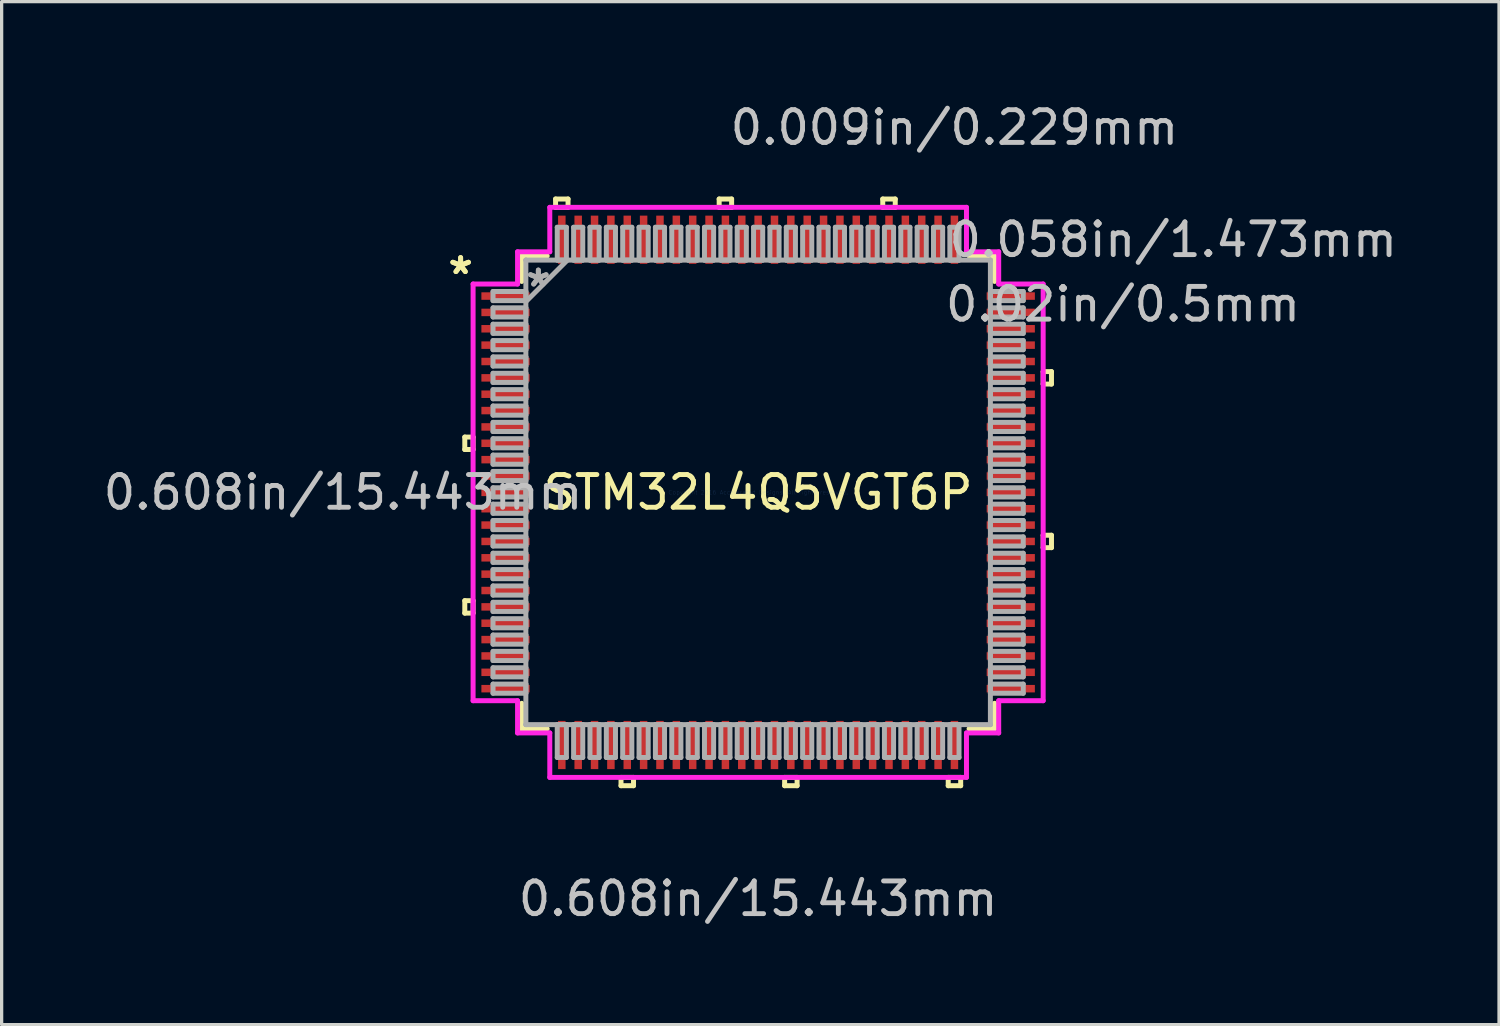
<source format=kicad_pcb>
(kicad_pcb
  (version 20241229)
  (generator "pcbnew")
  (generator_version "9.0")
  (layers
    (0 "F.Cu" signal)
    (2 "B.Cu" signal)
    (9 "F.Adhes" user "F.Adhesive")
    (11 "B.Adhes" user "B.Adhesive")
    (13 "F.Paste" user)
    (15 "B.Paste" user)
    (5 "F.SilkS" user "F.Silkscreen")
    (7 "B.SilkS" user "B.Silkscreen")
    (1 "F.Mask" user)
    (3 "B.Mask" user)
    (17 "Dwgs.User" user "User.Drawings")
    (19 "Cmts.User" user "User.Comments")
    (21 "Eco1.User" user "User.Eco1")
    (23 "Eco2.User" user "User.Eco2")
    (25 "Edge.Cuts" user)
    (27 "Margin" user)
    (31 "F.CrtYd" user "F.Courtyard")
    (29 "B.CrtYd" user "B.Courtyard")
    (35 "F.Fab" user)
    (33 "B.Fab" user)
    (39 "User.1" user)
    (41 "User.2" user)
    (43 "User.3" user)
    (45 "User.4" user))
  (footprint "STM32L4Q5VGT6P"
    (layer "F.Cu")
    (at 20.122 11.999)
    (property "Reference" "STM32L4Q5VGT6P" (at 0 0 0) (layer "F.SilkS") (effects (font (size 1 1) (thickness 0.15))))
    (attr through_hole)
    (fp_line (start -8.966 -1.69) (end -8.966 -1.31) (stroke (width 0.152) (type solid)) (layer "F.SilkS"))
    (fp_line (start -8.966 -1.31) (end -8.712 -1.31) (stroke (width 0.152) (type solid)) (layer "F.SilkS"))
    (fp_line (start -8.966 3.31) (end -8.966 3.691) (stroke (width 0.152) (type solid)) (layer "F.SilkS"))
    (fp_line (start -8.966 3.691) (end -8.712 3.691) (stroke (width 0.152) (type solid)) (layer "F.SilkS"))
    (fp_line (start -8.712 -1.69) (end -8.966 -1.69) (stroke (width 0.152) (type solid)) (layer "F.SilkS"))
    (fp_line (start -8.712 -1.31) (end -8.712 -1.69) (stroke (width 0.152) (type solid)) (layer "F.SilkS"))
    (fp_line (start -8.712 3.31) (end -8.966 3.31) (stroke (width 0.152) (type solid)) (layer "F.SilkS"))
    (fp_line (start -8.712 3.691) (end -8.712 3.31) (stroke (width 0.152) (type solid)) (layer "F.SilkS"))
    (fp_line (start -7.226 -7.226) (end -7.226 -6.447) (stroke (width 0.152) (type solid)) (layer "F.SilkS"))
    (fp_line (start -7.226 6.447) (end -7.226 7.226) (stroke (width 0.152) (type solid)) (layer "F.SilkS"))
    (fp_line (start -7.226 7.226) (end -6.447 7.226) (stroke (width 0.152) (type solid)) (layer "F.SilkS"))
    (fp_line (start -6.447 -7.226) (end -7.226 -7.226) (stroke (width 0.152) (type solid)) (layer "F.SilkS"))
    (fp_line (start -6.191 -8.966) (end -5.81 -8.966) (stroke (width 0.152) (type solid)) (layer "F.SilkS"))
    (fp_line (start -6.191 -8.712) (end -6.191 -8.966) (stroke (width 0.152) (type solid)) (layer "F.SilkS"))
    (fp_line (start -5.81 -8.966) (end -5.81 -8.712) (stroke (width 0.152) (type solid)) (layer "F.SilkS"))
    (fp_line (start -5.81 -8.712) (end -6.191 -8.712) (stroke (width 0.152) (type solid)) (layer "F.SilkS"))
    (fp_line (start -4.191 8.712) (end -4.191 8.966) (stroke (width 0.152) (type solid)) (layer "F.SilkS"))
    (fp_line (start -4.191 8.966) (end -3.809 8.966) (stroke (width 0.152) (type solid)) (layer "F.SilkS"))
    (fp_line (start -3.809 8.712) (end -4.191 8.712) (stroke (width 0.152) (type solid)) (layer "F.SilkS"))
    (fp_line (start -3.809 8.966) (end -3.809 8.712) (stroke (width 0.152) (type solid)) (layer "F.SilkS"))
    (fp_line (start -1.191 -8.966) (end -0.81 -8.966) (stroke (width 0.152) (type solid)) (layer "F.SilkS"))
    (fp_line (start -1.191 -8.712) (end -1.191 -8.966) (stroke (width 0.152) (type solid)) (layer "F.SilkS"))
    (fp_line (start -0.81 -8.966) (end -0.81 -8.712) (stroke (width 0.152) (type solid)) (layer "F.SilkS"))
    (fp_line (start -0.81 -8.712) (end -1.191 -8.712) (stroke (width 0.152) (type solid)) (layer "F.SilkS"))
    (fp_line (start 0.81 8.712) (end 0.81 8.966) (stroke (width 0.152) (type solid)) (layer "F.SilkS"))
    (fp_line (start 0.81 8.966) (end 1.191 8.966) (stroke (width 0.152) (type solid)) (layer "F.SilkS"))
    (fp_line (start 1.191 8.712) (end 0.81 8.712) (stroke (width 0.152) (type solid)) (layer "F.SilkS"))
    (fp_line (start 1.191 8.966) (end 1.191 8.712) (stroke (width 0.152) (type solid)) (layer "F.SilkS"))
    (fp_line (start 3.809 -8.966) (end 4.191 -8.966) (stroke (width 0.152) (type solid)) (layer "F.SilkS"))
    (fp_line (start 3.809 -8.712) (end 3.809 -8.966) (stroke (width 0.152) (type solid)) (layer "F.SilkS"))
    (fp_line (start 4.191 -8.966) (end 4.191 -8.712) (stroke (width 0.152) (type solid)) (layer "F.SilkS"))
    (fp_line (start 4.191 -8.712) (end 3.809 -8.712) (stroke (width 0.152) (type solid)) (layer "F.SilkS"))
    (fp_line (start 5.81 8.712) (end 5.81 8.966) (stroke (width 0.152) (type solid)) (layer "F.SilkS"))
    (fp_line (start 5.81 8.966) (end 6.191 8.966) (stroke (width 0.152) (type solid)) (layer "F.SilkS"))
    (fp_line (start 6.191 8.712) (end 5.81 8.712) (stroke (width 0.152) (type solid)) (layer "F.SilkS"))
    (fp_line (start 6.191 8.966) (end 6.191 8.712) (stroke (width 0.152) (type solid)) (layer "F.SilkS"))
    (fp_line (start 6.447 7.226) (end 7.226 7.226) (stroke (width 0.152) (type solid)) (layer "F.SilkS"))
    (fp_line (start 7.226 -7.226) (end 6.447 -7.226) (stroke (width 0.152) (type solid)) (layer "F.SilkS"))
    (fp_line (start 7.226 -6.447) (end 7.226 -7.226) (stroke (width 0.152) (type solid)) (layer "F.SilkS"))
    (fp_line (start 7.226 7.226) (end 7.226 6.447) (stroke (width 0.152) (type solid)) (layer "F.SilkS"))
    (fp_line (start 8.712 -3.691) (end 8.966 -3.691) (stroke (width 0.152) (type solid)) (layer "F.SilkS"))
    (fp_line (start 8.712 -3.31) (end 8.712 -3.691) (stroke (width 0.152) (type solid)) (layer "F.SilkS"))
    (fp_line (start 8.712 1.31) (end 8.966 1.31) (stroke (width 0.152) (type solid)) (layer "F.SilkS"))
    (fp_line (start 8.712 1.69) (end 8.712 1.31) (stroke (width 0.152) (type solid)) (layer "F.SilkS"))
    (fp_line (start 8.966 -3.691) (end 8.966 -3.31) (stroke (width 0.152) (type solid)) (layer "F.SilkS"))
    (fp_line (start 8.966 -3.31) (end 8.712 -3.31) (stroke (width 0.152) (type solid)) (layer "F.SilkS"))
    (fp_line (start 8.966 1.31) (end 8.966 1.69) (stroke (width 0.152) (type solid)) (layer "F.SilkS"))
    (fp_line (start 8.966 1.69) (end 8.712 1.69) (stroke (width 0.152) (type solid)) (layer "F.SilkS"))
    (fp_line (start -8.712 -6.368) (end -7.353 -6.368) (stroke (width 0.152) (type solid)) (layer "F.CrtYd"))
    (fp_line (start -8.712 6.368) (end -8.712 -6.368) (stroke (width 0.152) (type solid)) (layer "F.CrtYd"))
    (fp_line (start -7.353 -7.353) (end -6.368 -7.353) (stroke (width 0.152) (type solid)) (layer "F.CrtYd"))
    (fp_line (start -7.353 -6.368) (end -7.353 -7.353) (stroke (width 0.152) (type solid)) (layer "F.CrtYd"))
    (fp_line (start -7.353 6.368) (end -8.712 6.368) (stroke (width 0.152) (type solid)) (layer "F.CrtYd"))
    (fp_line (start -7.353 7.353) (end -7.353 6.368) (stroke (width 0.152) (type solid)) (layer "F.CrtYd"))
    (fp_line (start -6.368 -8.712) (end 6.368 -8.712) (stroke (width 0.152) (type solid)) (layer "F.CrtYd"))
    (fp_line (start -6.368 -7.353) (end -6.368 -8.712) (stroke (width 0.152) (type solid)) (layer "F.CrtYd"))
    (fp_line (start -6.368 7.353) (end -7.353 7.353) (stroke (width 0.152) (type solid)) (layer "F.CrtYd"))
    (fp_line (start -6.368 8.712) (end -6.368 7.353) (stroke (width 0.152) (type solid)) (layer "F.CrtYd"))
    (fp_line (start 6.368 -8.712) (end 6.368 -7.353) (stroke (width 0.152) (type solid)) (layer "F.CrtYd"))
    (fp_line (start 6.368 -7.353) (end 7.353 -7.353) (stroke (width 0.152) (type solid)) (layer "F.CrtYd"))
    (fp_line (start 6.368 7.353) (end 6.368 8.712) (stroke (width 0.152) (type solid)) (layer "F.CrtYd"))
    (fp_line (start 6.368 8.712) (end -6.368 8.712) (stroke (width 0.152) (type solid)) (layer "F.CrtYd"))
    (fp_line (start 7.353 -7.353) (end 7.353 -6.368) (stroke (width 0.152) (type solid)) (layer "F.CrtYd"))
    (fp_line (start 7.353 -6.368) (end 8.712 -6.368) (stroke (width 0.152) (type solid)) (layer "F.CrtYd"))
    (fp_line (start 7.353 6.368) (end 7.353 7.353) (stroke (width 0.152) (type solid)) (layer "F.CrtYd"))
    (fp_line (start 7.353 7.353) (end 6.368 7.353) (stroke (width 0.152) (type solid)) (layer "F.CrtYd"))
    (fp_line (start 8.712 -6.368) (end 8.712 6.368) (stroke (width 0.152) (type solid)) (layer "F.CrtYd"))
    (fp_line (start 8.712 6.368) (end 7.353 6.368) (stroke (width 0.152) (type solid)) (layer "F.CrtYd"))
    (fp_line (start -8.103 -6.14) (end -8.103 -5.86) (stroke (width 0.152) (type solid)) (layer "F.Fab"))
    (fp_line (start -8.103 -5.86) (end -7.099 -5.86) (stroke (width 0.152) (type solid)) (layer "F.Fab"))
    (fp_line (start -8.103 -5.64) (end -8.103 -5.36) (stroke (width 0.152) (type solid)) (layer "F.Fab"))
    (fp_line (start -8.103 -5.36) (end -7.099 -5.36) (stroke (width 0.152) (type solid)) (layer "F.Fab"))
    (fp_line (start -8.103 -5.14) (end -8.103 -4.86) (stroke (width 0.152) (type solid)) (layer "F.Fab"))
    (fp_line (start -8.103 -4.86) (end -7.099 -4.86) (stroke (width 0.152) (type solid)) (layer "F.Fab"))
    (fp_line (start -8.103 -4.64) (end -8.103 -4.36) (stroke (width 0.152) (type solid)) (layer "F.Fab"))
    (fp_line (start -8.103 -4.36) (end -7.099 -4.36) (stroke (width 0.152) (type solid)) (layer "F.Fab"))
    (fp_line (start -8.103 -4.14) (end -8.103 -3.86) (stroke (width 0.152) (type solid)) (layer "F.Fab"))
    (fp_line (start -8.103 -3.86) (end -7.099 -3.86) (stroke (width 0.152) (type solid)) (layer "F.Fab"))
    (fp_line (start -8.103 -3.64) (end -8.103 -3.36) (stroke (width 0.152) (type solid)) (layer "F.Fab"))
    (fp_line (start -8.103 -3.36) (end -7.099 -3.36) (stroke (width 0.152) (type solid)) (layer "F.Fab"))
    (fp_line (start -8.103 -3.14) (end -8.103 -2.86) (stroke (width 0.152) (type solid)) (layer "F.Fab"))
    (fp_line (start -8.103 -2.86) (end -7.099 -2.86) (stroke (width 0.152) (type solid)) (layer "F.Fab"))
    (fp_line (start -8.103 -2.64) (end -8.103 -2.36) (stroke (width 0.152) (type solid)) (layer "F.Fab"))
    (fp_line (start -8.103 -2.36) (end -7.099 -2.36) (stroke (width 0.152) (type solid)) (layer "F.Fab"))
    (fp_line (start -8.103 -2.14) (end -8.103 -1.86) (stroke (width 0.152) (type solid)) (layer "F.Fab"))
    (fp_line (start -8.103 -1.86) (end -7.099 -1.86) (stroke (width 0.152) (type solid)) (layer "F.Fab"))
    (fp_line (start -8.103 -1.64) (end -8.103 -1.36) (stroke (width 0.152) (type solid)) (layer "F.Fab"))
    (fp_line (start -8.103 -1.36) (end -7.099 -1.36) (stroke (width 0.152) (type solid)) (layer "F.Fab"))
    (fp_line (start -8.103 -1.14) (end -8.103 -0.86) (stroke (width 0.152) (type solid)) (layer "F.Fab"))
    (fp_line (start -8.103 -0.86) (end -7.099 -0.86) (stroke (width 0.152) (type solid)) (layer "F.Fab"))
    (fp_line (start -8.103 -0.64) (end -8.103 -0.36) (stroke (width 0.152) (type solid)) (layer "F.Fab"))
    (fp_line (start -8.103 -0.36) (end -7.099 -0.36) (stroke (width 0.152) (type solid)) (layer "F.Fab"))
    (fp_line (start -8.103 -0.14) (end -8.103 0.14) (stroke (width 0.152) (type solid)) (layer "F.Fab"))
    (fp_line (start -8.103 0.14) (end -7.099 0.14) (stroke (width 0.152) (type solid)) (layer "F.Fab"))
    (fp_line (start -8.103 0.36) (end -8.103 0.64) (stroke (width 0.152) (type solid)) (layer "F.Fab"))
    (fp_line (start -8.103 0.64) (end -7.099 0.64) (stroke (width 0.152) (type solid)) (layer "F.Fab"))
    (fp_line (start -8.103 0.86) (end -8.103 1.14) (stroke (width 0.152) (type solid)) (layer "F.Fab"))
    (fp_line (start -8.103 1.14) (end -7.099 1.14) (stroke (width 0.152) (type solid)) (layer "F.Fab"))
    (fp_line (start -8.103 1.36) (end -8.103 1.64) (stroke (width 0.152) (type solid)) (layer "F.Fab"))
    (fp_line (start -8.103 1.64) (end -7.099 1.64) (stroke (width 0.152) (type solid)) (layer "F.Fab"))
    (fp_line (start -8.103 1.86) (end -8.103 2.14) (stroke (width 0.152) (type solid)) (layer "F.Fab"))
    (fp_line (start -8.103 2.14) (end -7.099 2.14) (stroke (width 0.152) (type solid)) (layer "F.Fab"))
    (fp_line (start -8.103 2.36) (end -8.103 2.64) (stroke (width 0.152) (type solid)) (layer "F.Fab"))
    (fp_line (start -8.103 2.64) (end -7.099 2.64) (stroke (width 0.152) (type solid)) (layer "F.Fab"))
    (fp_line (start -8.103 2.86) (end -8.103 3.14) (stroke (width 0.152) (type solid)) (layer "F.Fab"))
    (fp_line (start -8.103 3.14) (end -7.099 3.14) (stroke (width 0.152) (type solid)) (layer "F.Fab"))
    (fp_line (start -8.103 3.36) (end -8.103 3.64) (stroke (width 0.152) (type solid)) (layer "F.Fab"))
    (fp_line (start -8.103 3.64) (end -7.099 3.64) (stroke (width 0.152) (type solid)) (layer "F.Fab"))
    (fp_line (start -8.103 3.86) (end -8.103 4.14) (stroke (width 0.152) (type solid)) (layer "F.Fab"))
    (fp_line (start -8.103 4.14) (end -7.099 4.14) (stroke (width 0.152) (type solid)) (layer "F.Fab"))
    (fp_line (start -8.103 4.36) (end -8.103 4.64) (stroke (width 0.152) (type solid)) (layer "F.Fab"))
    (fp_line (start -8.103 4.64) (end -7.099 4.64) (stroke (width 0.152) (type solid)) (layer "F.Fab"))
    (fp_line (start -8.103 4.86) (end -8.103 5.14) (stroke (width 0.152) (type solid)) (layer "F.Fab"))
    (fp_line (start -8.103 5.14) (end -7.099 5.14) (stroke (width 0.152) (type solid)) (layer "F.Fab"))
    (fp_line (start -8.103 5.36) (end -8.103 5.64) (stroke (width 0.152) (type solid)) (layer "F.Fab"))
    (fp_line (start -8.103 5.64) (end -7.099 5.64) (stroke (width 0.152) (type solid)) (layer "F.Fab"))
    (fp_line (start -8.103 5.86) (end -8.103 6.14) (stroke (width 0.152) (type solid)) (layer "F.Fab"))
    (fp_line (start -8.103 6.14) (end -7.099 6.14) (stroke (width 0.152) (type solid)) (layer "F.Fab"))
    (fp_line (start -7.099 -7.099) (end -7.099 -7.099) (stroke (width 0.152) (type solid)) (layer "F.Fab"))
    (fp_line (start -7.099 -7.099) (end -7.099 7.099) (stroke (width 0.152) (type solid)) (layer "F.Fab"))
    (fp_line (start -7.099 -6.14) (end -8.103 -6.14) (stroke (width 0.152) (type solid)) (layer "F.Fab"))
    (fp_line (start -7.099 -5.86) (end -7.099 -6.14) (stroke (width 0.152) (type solid)) (layer "F.Fab"))
    (fp_line (start -7.099 -5.829) (end -5.829 -7.099) (stroke (width 0.152) (type solid)) (layer "F.Fab"))
    (fp_line (start -7.099 -5.64) (end -8.103 -5.64) (stroke (width 0.152) (type solid)) (layer "F.Fab"))
    (fp_line (start -7.099 -5.36) (end -7.099 -5.64) (stroke (width 0.152) (type solid)) (layer "F.Fab"))
    (fp_line (start -7.099 -5.14) (end -8.103 -5.14) (stroke (width 0.152) (type solid)) (layer "F.Fab"))
    (fp_line (start -7.099 -4.86) (end -7.099 -5.14) (stroke (width 0.152) (type solid)) (layer "F.Fab"))
    (fp_line (start -7.099 -4.64) (end -8.103 -4.64) (stroke (width 0.152) (type solid)) (layer "F.Fab"))
    (fp_line (start -7.099 -4.36) (end -7.099 -4.64) (stroke (width 0.152) (type solid)) (layer "F.Fab"))
    (fp_line (start -7.099 -4.14) (end -8.103 -4.14) (stroke (width 0.152) (type solid)) (layer "F.Fab"))
    (fp_line (start -7.099 -3.86) (end -7.099 -4.14) (stroke (width 0.152) (type solid)) (layer "F.Fab"))
    (fp_line (start -7.099 -3.64) (end -8.103 -3.64) (stroke (width 0.152) (type solid)) (layer "F.Fab"))
    (fp_line (start -7.099 -3.36) (end -7.099 -3.64) (stroke (width 0.152) (type solid)) (layer "F.Fab"))
    (fp_line (start -7.099 -3.14) (end -8.103 -3.14) (stroke (width 0.152) (type solid)) (layer "F.Fab"))
    (fp_line (start -7.099 -2.86) (end -7.099 -3.14) (stroke (width 0.152) (type solid)) (layer "F.Fab"))
    (fp_line (start -7.099 -2.64) (end -8.103 -2.64) (stroke (width 0.152) (type solid)) (layer "F.Fab"))
    (fp_line (start -7.099 -2.36) (end -7.099 -2.64) (stroke (width 0.152) (type solid)) (layer "F.Fab"))
    (fp_line (start -7.099 -2.14) (end -8.103 -2.14) (stroke (width 0.152) (type solid)) (layer "F.Fab"))
    (fp_line (start -7.099 -1.86) (end -7.099 -2.14) (stroke (width 0.152) (type solid)) (layer "F.Fab"))
    (fp_line (start -7.099 -1.64) (end -8.103 -1.64) (stroke (width 0.152) (type solid)) (layer "F.Fab"))
    (fp_line (start -7.099 -1.36) (end -7.099 -1.64) (stroke (width 0.152) (type solid)) (layer "F.Fab"))
    (fp_line (start -7.099 -1.14) (end -8.103 -1.14) (stroke (width 0.152) (type solid)) (layer "F.Fab"))
    (fp_line (start -7.099 -0.86) (end -7.099 -1.14) (stroke (width 0.152) (type solid)) (layer "F.Fab"))
    (fp_line (start -7.099 -0.64) (end -8.103 -0.64) (stroke (width 0.152) (type solid)) (layer "F.Fab"))
    (fp_line (start -7.099 -0.36) (end -7.099 -0.64) (stroke (width 0.152) (type solid)) (layer "F.Fab"))
    (fp_line (start -7.099 -0.14) (end -8.103 -0.14) (stroke (width 0.152) (type solid)) (layer "F.Fab"))
    (fp_line (start -7.099 0.14) (end -7.099 -0.14) (stroke (width 0.152) (type solid)) (layer "F.Fab"))
    (fp_line (start -7.099 0.36) (end -8.103 0.36) (stroke (width 0.152) (type solid)) (layer "F.Fab"))
    (fp_line (start -7.099 0.64) (end -7.099 0.36) (stroke (width 0.152) (type solid)) (layer "F.Fab"))
    (fp_line (start -7.099 0.86) (end -8.103 0.86) (stroke (width 0.152) (type solid)) (layer "F.Fab"))
    (fp_line (start -7.099 1.14) (end -7.099 0.86) (stroke (width 0.152) (type solid)) (layer "F.Fab"))
    (fp_line (start -7.099 1.36) (end -8.103 1.36) (stroke (width 0.152) (type solid)) (layer "F.Fab"))
    (fp_line (start -7.099 1.64) (end -7.099 1.36) (stroke (width 0.152) (type solid)) (layer "F.Fab"))
    (fp_line (start -7.099 1.86) (end -8.103 1.86) (stroke (width 0.152) (type solid)) (layer "F.Fab"))
    (fp_line (start -7.099 2.14) (end -7.099 1.86) (stroke (width 0.152) (type solid)) (layer "F.Fab"))
    (fp_line (start -7.099 2.36) (end -8.103 2.36) (stroke (width 0.152) (type solid)) (layer "F.Fab"))
    (fp_line (start -7.099 2.64) (end -7.099 2.36) (stroke (width 0.152) (type solid)) (layer "F.Fab"))
    (fp_line (start -7.099 2.86) (end -8.103 2.86) (stroke (width 0.152) (type solid)) (layer "F.Fab"))
    (fp_line (start -7.099 3.14) (end -7.099 2.86) (stroke (width 0.152) (type solid)) (layer "F.Fab"))
    (fp_line (start -7.099 3.36) (end -8.103 3.36) (stroke (width 0.152) (type solid)) (layer "F.Fab"))
    (fp_line (start -7.099 3.64) (end -7.099 3.36) (stroke (width 0.152) (type solid)) (layer "F.Fab"))
    (fp_line (start -7.099 3.86) (end -8.103 3.86) (stroke (width 0.152) (type solid)) (layer "F.Fab"))
    (fp_line (start -7.099 4.14) (end -7.099 3.86) (stroke (width 0.152) (type solid)) (layer "F.Fab"))
    (fp_line (start -7.099 4.36) (end -8.103 4.36) (stroke (width 0.152) (type solid)) (layer "F.Fab"))
    (fp_line (start -7.099 4.64) (end -7.099 4.36) (stroke (width 0.152) (type solid)) (layer "F.Fab"))
    (fp_line (start -7.099 4.86) (end -8.103 4.86) (stroke (width 0.152) (type solid)) (layer "F.Fab"))
    (fp_line (start -7.099 5.14) (end -7.099 4.86) (stroke (width 0.152) (type solid)) (layer "F.Fab"))
    (fp_line (start -7.099 5.36) (end -8.103 5.36) (stroke (width 0.152) (type solid)) (layer "F.Fab"))
    (fp_line (start -7.099 5.64) (end -7.099 5.36) (stroke (width 0.152) (type solid)) (layer "F.Fab"))
    (fp_line (start -7.099 5.86) (end -8.103 5.86) (stroke (width 0.152) (type solid)) (layer "F.Fab"))
    (fp_line (start -7.099 6.14) (end -7.099 5.86) (stroke (width 0.152) (type solid)) (layer "F.Fab"))
    (fp_line (start -7.099 7.099) (end -7.099 7.099) (stroke (width 0.152) (type solid)) (layer "F.Fab"))
    (fp_line (start -7.099 7.099) (end 7.099 7.099) (stroke (width 0.152) (type solid)) (layer "F.Fab"))
    (fp_line (start -6.14 -8.103) (end -6.14 -7.099) (stroke (width 0.152) (type solid)) (layer "F.Fab"))
    (fp_line (start -6.14 -7.099) (end -5.86 -7.099) (stroke (width 0.152) (type solid)) (layer "F.Fab"))
    (fp_line (start -6.14 7.099) (end -6.14 8.103) (stroke (width 0.152) (type solid)) (layer "F.Fab"))
    (fp_line (start -6.14 8.103) (end -5.86 8.103) (stroke (width 0.152) (type solid)) (layer "F.Fab"))
    (fp_line (start -5.86 -8.103) (end -6.14 -8.103) (stroke (width 0.152) (type solid)) (layer "F.Fab"))
    (fp_line (start -5.86 -7.099) (end -5.86 -8.103) (stroke (width 0.152) (type solid)) (layer "F.Fab"))
    (fp_line (start -5.86 7.099) (end -6.14 7.099) (stroke (width 0.152) (type solid)) (layer "F.Fab"))
    (fp_line (start -5.86 8.103) (end -5.86 7.099) (stroke (width 0.152) (type solid)) (layer "F.Fab"))
    (fp_line (start -5.64 -8.103) (end -5.64 -7.099) (stroke (width 0.152) (type solid)) (layer "F.Fab"))
    (fp_line (start -5.64 -7.099) (end -5.36 -7.099) (stroke (width 0.152) (type solid)) (layer "F.Fab"))
    (fp_line (start -5.64 7.099) (end -5.64 8.103) (stroke (width 0.152) (type solid)) (layer "F.Fab"))
    (fp_line (start -5.64 8.103) (end -5.36 8.103) (stroke (width 0.152) (type solid)) (layer "F.Fab"))
    (fp_line (start -5.36 -8.103) (end -5.64 -8.103) (stroke (width 0.152) (type solid)) (layer "F.Fab"))
    (fp_line (start -5.36 -7.099) (end -5.36 -8.103) (stroke (width 0.152) (type solid)) (layer "F.Fab"))
    (fp_line (start -5.36 7.099) (end -5.64 7.099) (stroke (width 0.152) (type solid)) (layer "F.Fab"))
    (fp_line (start -5.36 8.103) (end -5.36 7.099) (stroke (width 0.152) (type solid)) (layer "F.Fab"))
    (fp_line (start -5.14 -8.103) (end -5.14 -7.099) (stroke (width 0.152) (type solid)) (layer "F.Fab"))
    (fp_line (start -5.14 -7.099) (end -4.86 -7.099) (stroke (width 0.152) (type solid)) (layer "F.Fab"))
    (fp_line (start -5.14 7.099) (end -5.14 8.103) (stroke (width 0.152) (type solid)) (layer "F.Fab"))
    (fp_line (start -5.14 8.103) (end -4.86 8.103) (stroke (width 0.152) (type solid)) (layer "F.Fab"))
    (fp_line (start -4.86 -8.103) (end -5.14 -8.103) (stroke (width 0.152) (type solid)) (layer "F.Fab"))
    (fp_line (start -4.86 -7.099) (end -4.86 -8.103) (stroke (width 0.152) (type solid)) (layer "F.Fab"))
    (fp_line (start -4.86 7.099) (end -5.14 7.099) (stroke (width 0.152) (type solid)) (layer "F.Fab"))
    (fp_line (start -4.86 8.103) (end -4.86 7.099) (stroke (width 0.152) (type solid)) (layer "F.Fab"))
    (fp_line (start -4.64 -8.103) (end -4.64 -7.099) (stroke (width 0.152) (type solid)) (layer "F.Fab"))
    (fp_line (start -4.64 -7.099) (end -4.36 -7.099) (stroke (width 0.152) (type solid)) (layer "F.Fab"))
    (fp_line (start -4.64 7.099) (end -4.64 8.103) (stroke (width 0.152) (type solid)) (layer "F.Fab"))
    (fp_line (start -4.64 8.103) (end -4.36 8.103) (stroke (width 0.152) (type solid)) (layer "F.Fab"))
    (fp_line (start -4.36 -8.103) (end -4.64 -8.103) (stroke (width 0.152) (type solid)) (layer "F.Fab"))
    (fp_line (start -4.36 -7.099) (end -4.36 -8.103) (stroke (width 0.152) (type solid)) (layer "F.Fab"))
    (fp_line (start -4.36 7.099) (end -4.64 7.099) (stroke (width 0.152) (type solid)) (layer "F.Fab"))
    (fp_line (start -4.36 8.103) (end -4.36 7.099) (stroke (width 0.152) (type solid)) (layer "F.Fab"))
    (fp_line (start -4.14 -8.103) (end -4.14 -7.099) (stroke (width 0.152) (type solid)) (layer "F.Fab"))
    (fp_line (start -4.14 -7.099) (end -3.86 -7.099) (stroke (width 0.152) (type solid)) (layer "F.Fab"))
    (fp_line (start -4.14 7.099) (end -4.14 8.103) (stroke (width 0.152) (type solid)) (layer "F.Fab"))
    (fp_line (start -4.14 8.103) (end -3.86 8.103) (stroke (width 0.152) (type solid)) (layer "F.Fab"))
    (fp_line (start -3.86 -8.103) (end -4.14 -8.103) (stroke (width 0.152) (type solid)) (layer "F.Fab"))
    (fp_line (start -3.86 -7.099) (end -3.86 -8.103) (stroke (width 0.152) (type solid)) (layer "F.Fab"))
    (fp_line (start -3.86 7.099) (end -4.14 7.099) (stroke (width 0.152) (type solid)) (layer "F.Fab"))
    (fp_line (start -3.86 8.103) (end -3.86 7.099) (stroke (width 0.152) (type solid)) (layer "F.Fab"))
    (fp_line (start -3.64 -8.103) (end -3.64 -7.099) (stroke (width 0.152) (type solid)) (layer "F.Fab"))
    (fp_line (start -3.64 -7.099) (end -3.36 -7.099) (stroke (width 0.152) (type solid)) (layer "F.Fab"))
    (fp_line (start -3.64 7.099) (end -3.64 8.103) (stroke (width 0.152) (type solid)) (layer "F.Fab"))
    (fp_line (start -3.64 8.103) (end -3.36 8.103) (stroke (width 0.152) (type solid)) (layer "F.Fab"))
    (fp_line (start -3.36 -8.103) (end -3.64 -8.103) (stroke (width 0.152) (type solid)) (layer "F.Fab"))
    (fp_line (start -3.36 -7.099) (end -3.36 -8.103) (stroke (width 0.152) (type solid)) (layer "F.Fab"))
    (fp_line (start -3.36 7.099) (end -3.64 7.099) (stroke (width 0.152) (type solid)) (layer "F.Fab"))
    (fp_line (start -3.36 8.103) (end -3.36 7.099) (stroke (width 0.152) (type solid)) (layer "F.Fab"))
    (fp_line (start -3.14 -8.103) (end -3.14 -7.099) (stroke (width 0.152) (type solid)) (layer "F.Fab"))
    (fp_line (start -3.14 -7.099) (end -2.86 -7.099) (stroke (width 0.152) (type solid)) (layer "F.Fab"))
    (fp_line (start -3.14 7.099) (end -3.14 8.103) (stroke (width 0.152) (type solid)) (layer "F.Fab"))
    (fp_line (start -3.14 8.103) (end -2.86 8.103) (stroke (width 0.152) (type solid)) (layer "F.Fab"))
    (fp_line (start -2.86 -8.103) (end -3.14 -8.103) (stroke (width 0.152) (type solid)) (layer "F.Fab"))
    (fp_line (start -2.86 -7.099) (end -2.86 -8.103) (stroke (width 0.152) (type solid)) (layer "F.Fab"))
    (fp_line (start -2.86 7.099) (end -3.14 7.099) (stroke (width 0.152) (type solid)) (layer "F.Fab"))
    (fp_line (start -2.86 8.103) (end -2.86 7.099) (stroke (width 0.152) (type solid)) (layer "F.Fab"))
    (fp_line (start -2.64 -8.103) (end -2.64 -7.099) (stroke (width 0.152) (type solid)) (layer "F.Fab"))
    (fp_line (start -2.64 -7.099) (end -2.36 -7.099) (stroke (width 0.152) (type solid)) (layer "F.Fab"))
    (fp_line (start -2.64 7.099) (end -2.64 8.103) (stroke (width 0.152) (type solid)) (layer "F.Fab"))
    (fp_line (start -2.64 8.103) (end -2.36 8.103) (stroke (width 0.152) (type solid)) (layer "F.Fab"))
    (fp_line (start -2.36 -8.103) (end -2.64 -8.103) (stroke (width 0.152) (type solid)) (layer "F.Fab"))
    (fp_line (start -2.36 -7.099) (end -2.36 -8.103) (stroke (width 0.152) (type solid)) (layer "F.Fab"))
    (fp_line (start -2.36 7.099) (end -2.64 7.099) (stroke (width 0.152) (type solid)) (layer "F.Fab"))
    (fp_line (start -2.36 8.103) (end -2.36 7.099) (stroke (width 0.152) (type solid)) (layer "F.Fab"))
    (fp_line (start -2.14 -8.103) (end -2.14 -7.099) (stroke (width 0.152) (type solid)) (layer "F.Fab"))
    (fp_line (start -2.14 -7.099) (end -1.86 -7.099) (stroke (width 0.152) (type solid)) (layer "F.Fab"))
    (fp_line (start -2.14 7.099) (end -2.14 8.103) (stroke (width 0.152) (type solid)) (layer "F.Fab"))
    (fp_line (start -2.14 8.103) (end -1.86 8.103) (stroke (width 0.152) (type solid)) (layer "F.Fab"))
    (fp_line (start -1.86 -8.103) (end -2.14 -8.103) (stroke (width 0.152) (type solid)) (layer "F.Fab"))
    (fp_line (start -1.86 -7.099) (end -1.86 -8.103) (stroke (width 0.152) (type solid)) (layer "F.Fab"))
    (fp_line (start -1.86 7.099) (end -2.14 7.099) (stroke (width 0.152) (type solid)) (layer "F.Fab"))
    (fp_line (start -1.86 8.103) (end -1.86 7.099) (stroke (width 0.152) (type solid)) (layer "F.Fab"))
    (fp_line (start -1.64 -8.103) (end -1.64 -7.099) (stroke (width 0.152) (type solid)) (layer "F.Fab"))
    (fp_line (start -1.64 -7.099) (end -1.36 -7.099) (stroke (width 0.152) (type solid)) (layer "F.Fab"))
    (fp_line (start -1.64 7.099) (end -1.64 8.103) (stroke (width 0.152) (type solid)) (layer "F.Fab"))
    (fp_line (start -1.64 8.103) (end -1.36 8.103) (stroke (width 0.152) (type solid)) (layer "F.Fab"))
    (fp_line (start -1.36 -8.103) (end -1.64 -8.103) (stroke (width 0.152) (type solid)) (layer "F.Fab"))
    (fp_line (start -1.36 -7.099) (end -1.36 -8.103) (stroke (width 0.152) (type solid)) (layer "F.Fab"))
    (fp_line (start -1.36 7.099) (end -1.64 7.099) (stroke (width 0.152) (type solid)) (layer "F.Fab"))
    (fp_line (start -1.36 8.103) (end -1.36 7.099) (stroke (width 0.152) (type solid)) (layer "F.Fab"))
    (fp_line (start -1.14 -8.103) (end -1.14 -7.099) (stroke (width 0.152) (type solid)) (layer "F.Fab"))
    (fp_line (start -1.14 -7.099) (end -0.86 -7.099) (stroke (width 0.152) (type solid)) (layer "F.Fab"))
    (fp_line (start -1.14 7.099) (end -1.14 8.103) (stroke (width 0.152) (type solid)) (layer "F.Fab"))
    (fp_line (start -1.14 8.103) (end -0.86 8.103) (stroke (width 0.152) (type solid)) (layer "F.Fab"))
    (fp_line (start -0.86 -8.103) (end -1.14 -8.103) (stroke (width 0.152) (type solid)) (layer "F.Fab"))
    (fp_line (start -0.86 -7.099) (end -0.86 -8.103) (stroke (width 0.152) (type solid)) (layer "F.Fab"))
    (fp_line (start -0.86 7.099) (end -1.14 7.099) (stroke (width 0.152) (type solid)) (layer "F.Fab"))
    (fp_line (start -0.86 8.103) (end -0.86 7.099) (stroke (width 0.152) (type solid)) (layer "F.Fab"))
    (fp_line (start -0.64 -8.103) (end -0.64 -7.099) (stroke (width 0.152) (type solid)) (layer "F.Fab"))
    (fp_line (start -0.64 -7.099) (end -0.36 -7.099) (stroke (width 0.152) (type solid)) (layer "F.Fab"))
    (fp_line (start -0.64 7.099) (end -0.64 8.103) (stroke (width 0.152) (type solid)) (layer "F.Fab"))
    (fp_line (start -0.64 8.103) (end -0.36 8.103) (stroke (width 0.152) (type solid)) (layer "F.Fab"))
    (fp_line (start -0.36 -8.103) (end -0.64 -8.103) (stroke (width 0.152) (type solid)) (layer "F.Fab"))
    (fp_line (start -0.36 -7.099) (end -0.36 -8.103) (stroke (width 0.152) (type solid)) (layer "F.Fab"))
    (fp_line (start -0.36 7.099) (end -0.64 7.099) (stroke (width 0.152) (type solid)) (layer "F.Fab"))
    (fp_line (start -0.36 8.103) (end -0.36 7.099) (stroke (width 0.152) (type solid)) (layer "F.Fab"))
    (fp_line (start -0.14 -8.103) (end -0.14 -7.099) (stroke (width 0.152) (type solid)) (layer "F.Fab"))
    (fp_line (start -0.14 -7.099) (end 0.14 -7.099) (stroke (width 0.152) (type solid)) (layer "F.Fab"))
    (fp_line (start -0.14 7.099) (end -0.14 8.103) (stroke (width 0.152) (type solid)) (layer "F.Fab"))
    (fp_line (start -0.14 8.103) (end 0.14 8.103) (stroke (width 0.152) (type solid)) (layer "F.Fab"))
    (fp_line (start 0.14 -8.103) (end -0.14 -8.103) (stroke (width 0.152) (type solid)) (layer "F.Fab"))
    (fp_line (start 0.14 -7.099) (end 0.14 -8.103) (stroke (width 0.152) (type solid)) (layer "F.Fab"))
    (fp_line (start 0.14 7.099) (end -0.14 7.099) (stroke (width 0.152) (type solid)) (layer "F.Fab"))
    (fp_line (start 0.14 8.103) (end 0.14 7.099) (stroke (width 0.152) (type solid)) (layer "F.Fab"))
    (fp_line (start 0.36 -8.103) (end 0.36 -7.099) (stroke (width 0.152) (type solid)) (layer "F.Fab"))
    (fp_line (start 0.36 -7.099) (end 0.64 -7.099) (stroke (width 0.152) (type solid)) (layer "F.Fab"))
    (fp_line (start 0.36 7.099) (end 0.36 8.103) (stroke (width 0.152) (type solid)) (layer "F.Fab"))
    (fp_line (start 0.36 8.103) (end 0.64 8.103) (stroke (width 0.152) (type solid)) (layer "F.Fab"))
    (fp_line (start 0.64 -8.103) (end 0.36 -8.103) (stroke (width 0.152) (type solid)) (layer "F.Fab"))
    (fp_line (start 0.64 -7.099) (end 0.64 -8.103) (stroke (width 0.152) (type solid)) (layer "F.Fab"))
    (fp_line (start 0.64 7.099) (end 0.36 7.099) (stroke (width 0.152) (type solid)) (layer "F.Fab"))
    (fp_line (start 0.64 8.103) (end 0.64 7.099) (stroke (width 0.152) (type solid)) (layer "F.Fab"))
    (fp_line (start 0.86 -8.103) (end 0.86 -7.099) (stroke (width 0.152) (type solid)) (layer "F.Fab"))
    (fp_line (start 0.86 -7.099) (end 1.14 -7.099) (stroke (width 0.152) (type solid)) (layer "F.Fab"))
    (fp_line (start 0.86 7.099) (end 0.86 8.103) (stroke (width 0.152) (type solid)) (layer "F.Fab"))
    (fp_line (start 0.86 8.103) (end 1.14 8.103) (stroke (width 0.152) (type solid)) (layer "F.Fab"))
    (fp_line (start 1.14 -8.103) (end 0.86 -8.103) (stroke (width 0.152) (type solid)) (layer "F.Fab"))
    (fp_line (start 1.14 -7.099) (end 1.14 -8.103) (stroke (width 0.152) (type solid)) (layer "F.Fab"))
    (fp_line (start 1.14 7.099) (end 0.86 7.099) (stroke (width 0.152) (type solid)) (layer "F.Fab"))
    (fp_line (start 1.14 8.103) (end 1.14 7.099) (stroke (width 0.152) (type solid)) (layer "F.Fab"))
    (fp_line (start 1.36 -8.103) (end 1.36 -7.099) (stroke (width 0.152) (type solid)) (layer "F.Fab"))
    (fp_line (start 1.36 -7.099) (end 1.64 -7.099) (stroke (width 0.152) (type solid)) (layer "F.Fab"))
    (fp_line (start 1.36 7.099) (end 1.36 8.103) (stroke (width 0.152) (type solid)) (layer "F.Fab"))
    (fp_line (start 1.36 8.103) (end 1.64 8.103) (stroke (width 0.152) (type solid)) (layer "F.Fab"))
    (fp_line (start 1.64 -8.103) (end 1.36 -8.103) (stroke (width 0.152) (type solid)) (layer "F.Fab"))
    (fp_line (start 1.64 -7.099) (end 1.64 -8.103) (stroke (width 0.152) (type solid)) (layer "F.Fab"))
    (fp_line (start 1.64 7.099) (end 1.36 7.099) (stroke (width 0.152) (type solid)) (layer "F.Fab"))
    (fp_line (start 1.64 8.103) (end 1.64 7.099) (stroke (width 0.152) (type solid)) (layer "F.Fab"))
    (fp_line (start 1.86 -8.103) (end 1.86 -7.099) (stroke (width 0.152) (type solid)) (layer "F.Fab"))
    (fp_line (start 1.86 -7.099) (end 2.14 -7.099) (stroke (width 0.152) (type solid)) (layer "F.Fab"))
    (fp_line (start 1.86 7.099) (end 1.86 8.103) (stroke (width 0.152) (type solid)) (layer "F.Fab"))
    (fp_line (start 1.86 8.103) (end 2.14 8.103) (stroke (width 0.152) (type solid)) (layer "F.Fab"))
    (fp_line (start 2.14 -8.103) (end 1.86 -8.103) (stroke (width 0.152) (type solid)) (layer "F.Fab"))
    (fp_line (start 2.14 -7.099) (end 2.14 -8.103) (stroke (width 0.152) (type solid)) (layer "F.Fab"))
    (fp_line (start 2.14 7.099) (end 1.86 7.099) (stroke (width 0.152) (type solid)) (layer "F.Fab"))
    (fp_line (start 2.14 8.103) (end 2.14 7.099) (stroke (width 0.152) (type solid)) (layer "F.Fab"))
    (fp_line (start 2.36 -8.103) (end 2.36 -7.099) (stroke (width 0.152) (type solid)) (layer "F.Fab"))
    (fp_line (start 2.36 -7.099) (end 2.64 -7.099) (stroke (width 0.152) (type solid)) (layer "F.Fab"))
    (fp_line (start 2.36 7.099) (end 2.36 8.103) (stroke (width 0.152) (type solid)) (layer "F.Fab"))
    (fp_line (start 2.36 8.103) (end 2.64 8.103) (stroke (width 0.152) (type solid)) (layer "F.Fab"))
    (fp_line (start 2.64 -8.103) (end 2.36 -8.103) (stroke (width 0.152) (type solid)) (layer "F.Fab"))
    (fp_line (start 2.64 -7.099) (end 2.64 -8.103) (stroke (width 0.152) (type solid)) (layer "F.Fab"))
    (fp_line (start 2.64 7.099) (end 2.36 7.099) (stroke (width 0.152) (type solid)) (layer "F.Fab"))
    (fp_line (start 2.64 8.103) (end 2.64 7.099) (stroke (width 0.152) (type solid)) (layer "F.Fab"))
    (fp_line (start 2.86 -8.103) (end 2.86 -7.099) (stroke (width 0.152) (type solid)) (layer "F.Fab"))
    (fp_line (start 2.86 -7.099) (end 3.14 -7.099) (stroke (width 0.152) (type solid)) (layer "F.Fab"))
    (fp_line (start 2.86 7.099) (end 2.86 8.103) (stroke (width 0.152) (type solid)) (layer "F.Fab"))
    (fp_line (start 2.86 8.103) (end 3.14 8.103) (stroke (width 0.152) (type solid)) (layer "F.Fab"))
    (fp_line (start 3.14 -8.103) (end 2.86 -8.103) (stroke (width 0.152) (type solid)) (layer "F.Fab"))
    (fp_line (start 3.14 -7.099) (end 3.14 -8.103) (stroke (width 0.152) (type solid)) (layer "F.Fab"))
    (fp_line (start 3.14 7.099) (end 2.86 7.099) (stroke (width 0.152) (type solid)) (layer "F.Fab"))
    (fp_line (start 3.14 8.103) (end 3.14 7.099) (stroke (width 0.152) (type solid)) (layer "F.Fab"))
    (fp_line (start 3.36 -8.103) (end 3.36 -7.099) (stroke (width 0.152) (type solid)) (layer "F.Fab"))
    (fp_line (start 3.36 -7.099) (end 3.64 -7.099) (stroke (width 0.152) (type solid)) (layer "F.Fab"))
    (fp_line (start 3.36 7.099) (end 3.36 8.103) (stroke (width 0.152) (type solid)) (layer "F.Fab"))
    (fp_line (start 3.36 8.103) (end 3.64 8.103) (stroke (width 0.152) (type solid)) (layer "F.Fab"))
    (fp_line (start 3.64 -8.103) (end 3.36 -8.103) (stroke (width 0.152) (type solid)) (layer "F.Fab"))
    (fp_line (start 3.64 -7.099) (end 3.64 -8.103) (stroke (width 0.152) (type solid)) (layer "F.Fab"))
    (fp_line (start 3.64 7.099) (end 3.36 7.099) (stroke (width 0.152) (type solid)) (layer "F.Fab"))
    (fp_line (start 3.64 8.103) (end 3.64 7.099) (stroke (width 0.152) (type solid)) (layer "F.Fab"))
    (fp_line (start 3.86 -8.103) (end 3.86 -7.099) (stroke (width 0.152) (type solid)) (layer "F.Fab"))
    (fp_line (start 3.86 -7.099) (end 4.14 -7.099) (stroke (width 0.152) (type solid)) (layer "F.Fab"))
    (fp_line (start 3.86 7.099) (end 3.86 8.103) (stroke (width 0.152) (type solid)) (layer "F.Fab"))
    (fp_line (start 3.86 8.103) (end 4.14 8.103) (stroke (width 0.152) (type solid)) (layer "F.Fab"))
    (fp_line (start 4.14 -8.103) (end 3.86 -8.103) (stroke (width 0.152) (type solid)) (layer "F.Fab"))
    (fp_line (start 4.14 -7.099) (end 4.14 -8.103) (stroke (width 0.152) (type solid)) (layer "F.Fab"))
    (fp_line (start 4.14 7.099) (end 3.86 7.099) (stroke (width 0.152) (type solid)) (layer "F.Fab"))
    (fp_line (start 4.14 8.103) (end 4.14 7.099) (stroke (width 0.152) (type solid)) (layer "F.Fab"))
    (fp_line (start 4.36 -8.103) (end 4.36 -7.099) (stroke (width 0.152) (type solid)) (layer "F.Fab"))
    (fp_line (start 4.36 -7.099) (end 4.64 -7.099) (stroke (width 0.152) (type solid)) (layer "F.Fab"))
    (fp_line (start 4.36 7.099) (end 4.36 8.103) (stroke (width 0.152) (type solid)) (layer "F.Fab"))
    (fp_line (start 4.36 8.103) (end 4.64 8.103) (stroke (width 0.152) (type solid)) (layer "F.Fab"))
    (fp_line (start 4.64 -8.103) (end 4.36 -8.103) (stroke (width 0.152) (type solid)) (layer "F.Fab"))
    (fp_line (start 4.64 -7.099) (end 4.64 -8.103) (stroke (width 0.152) (type solid)) (layer "F.Fab"))
    (fp_line (start 4.64 7.099) (end 4.36 7.099) (stroke (width 0.152) (type solid)) (layer "F.Fab"))
    (fp_line (start 4.64 8.103) (end 4.64 7.099) (stroke (width 0.152) (type solid)) (layer "F.Fab"))
    (fp_line (start 4.86 -8.103) (end 4.86 -7.099) (stroke (width 0.152) (type solid)) (layer "F.Fab"))
    (fp_line (start 4.86 -7.099) (end 5.14 -7.099) (stroke (width 0.152) (type solid)) (layer "F.Fab"))
    (fp_line (start 4.86 7.099) (end 4.86 8.103) (stroke (width 0.152) (type solid)) (layer "F.Fab"))
    (fp_line (start 4.86 8.103) (end 5.14 8.103) (stroke (width 0.152) (type solid)) (layer "F.Fab"))
    (fp_line (start 5.14 -8.103) (end 4.86 -8.103) (stroke (width 0.152) (type solid)) (layer "F.Fab"))
    (fp_line (start 5.14 -7.099) (end 5.14 -8.103) (stroke (width 0.152) (type solid)) (layer "F.Fab"))
    (fp_line (start 5.14 7.099) (end 4.86 7.099) (stroke (width 0.152) (type solid)) (layer "F.Fab"))
    (fp_line (start 5.14 8.103) (end 5.14 7.099) (stroke (width 0.152) (type solid)) (layer "F.Fab"))
    (fp_line (start 5.36 -8.103) (end 5.36 -7.099) (stroke (width 0.152) (type solid)) (layer "F.Fab"))
    (fp_line (start 5.36 -7.099) (end 5.64 -7.099) (stroke (width 0.152) (type solid)) (layer "F.Fab"))
    (fp_line (start 5.36 7.099) (end 5.36 8.103) (stroke (width 0.152) (type solid)) (layer "F.Fab"))
    (fp_line (start 5.36 8.103) (end 5.64 8.103) (stroke (width 0.152) (type solid)) (layer "F.Fab"))
    (fp_line (start 5.64 -8.103) (end 5.36 -8.103) (stroke (width 0.152) (type solid)) (layer "F.Fab"))
    (fp_line (start 5.64 -7.099) (end 5.64 -8.103) (stroke (width 0.152) (type solid)) (layer "F.Fab"))
    (fp_line (start 5.64 7.099) (end 5.36 7.099) (stroke (width 0.152) (type solid)) (layer "F.Fab"))
    (fp_line (start 5.64 8.103) (end 5.64 7.099) (stroke (width 0.152) (type solid)) (layer "F.Fab"))
    (fp_line (start 5.86 -8.103) (end 5.86 -7.099) (stroke (width 0.152) (type solid)) (layer "F.Fab"))
    (fp_line (start 5.86 -7.099) (end 6.14 -7.099) (stroke (width 0.152) (type solid)) (layer "F.Fab"))
    (fp_line (start 5.86 7.099) (end 5.86 8.103) (stroke (width 0.152) (type solid)) (layer "F.Fab"))
    (fp_line (start 5.86 8.103) (end 6.14 8.103) (stroke (width 0.152) (type solid)) (layer "F.Fab"))
    (fp_line (start 6.14 -8.103) (end 5.86 -8.103) (stroke (width 0.152) (type solid)) (layer "F.Fab"))
    (fp_line (start 6.14 -7.099) (end 6.14 -8.103) (stroke (width 0.152) (type solid)) (layer "F.Fab"))
    (fp_line (start 6.14 7.099) (end 5.86 7.099) (stroke (width 0.152) (type solid)) (layer "F.Fab"))
    (fp_line (start 6.14 8.103) (end 6.14 7.099) (stroke (width 0.152) (type solid)) (layer "F.Fab"))
    (fp_line (start 7.099 -7.099) (end -7.099 -7.099) (stroke (width 0.152) (type solid)) (layer "F.Fab"))
    (fp_line (start 7.099 -7.099) (end 7.099 -7.099) (stroke (width 0.152) (type solid)) (layer "F.Fab"))
    (fp_line (start 7.099 -6.14) (end 7.099 -5.86) (stroke (width 0.152) (type solid)) (layer "F.Fab"))
    (fp_line (start 7.099 -5.86) (end 8.103 -5.86) (stroke (width 0.152) (type solid)) (layer "F.Fab"))
    (fp_line (start 7.099 -5.64) (end 7.099 -5.36) (stroke (width 0.152) (type solid)) (layer "F.Fab"))
    (fp_line (start 7.099 -5.36) (end 8.103 -5.36) (stroke (width 0.152) (type solid)) (layer "F.Fab"))
    (fp_line (start 7.099 -5.14) (end 7.099 -4.86) (stroke (width 0.152) (type solid)) (layer "F.Fab"))
    (fp_line (start 7.099 -4.86) (end 8.103 -4.86) (stroke (width 0.152) (type solid)) (layer "F.Fab"))
    (fp_line (start 7.099 -4.64) (end 7.099 -4.36) (stroke (width 0.152) (type solid)) (layer "F.Fab"))
    (fp_line (start 7.099 -4.36) (end 8.103 -4.36) (stroke (width 0.152) (type solid)) (layer "F.Fab"))
    (fp_line (start 7.099 -4.14) (end 7.099 -3.86) (stroke (width 0.152) (type solid)) (layer "F.Fab"))
    (fp_line (start 7.099 -3.86) (end 8.103 -3.86) (stroke (width 0.152) (type solid)) (layer "F.Fab"))
    (fp_line (start 7.099 -3.64) (end 7.099 -3.36) (stroke (width 0.152) (type solid)) (layer "F.Fab"))
    (fp_line (start 7.099 -3.36) (end 8.103 -3.36) (stroke (width 0.152) (type solid)) (layer "F.Fab"))
    (fp_line (start 7.099 -3.14) (end 7.099 -2.86) (stroke (width 0.152) (type solid)) (layer "F.Fab"))
    (fp_line (start 7.099 -2.86) (end 8.103 -2.86) (stroke (width 0.152) (type solid)) (layer "F.Fab"))
    (fp_line (start 7.099 -2.64) (end 7.099 -2.36) (stroke (width 0.152) (type solid)) (layer "F.Fab"))
    (fp_line (start 7.099 -2.36) (end 8.103 -2.36) (stroke (width 0.152) (type solid)) (layer "F.Fab"))
    (fp_line (start 7.099 -2.14) (end 7.099 -1.86) (stroke (width 0.152) (type solid)) (layer "F.Fab"))
    (fp_line (start 7.099 -1.86) (end 8.103 -1.86) (stroke (width 0.152) (type solid)) (layer "F.Fab"))
    (fp_line (start 7.099 -1.64) (end 7.099 -1.36) (stroke (width 0.152) (type solid)) (layer "F.Fab"))
    (fp_line (start 7.099 -1.36) (end 8.103 -1.36) (stroke (width 0.152) (type solid)) (layer "F.Fab"))
    (fp_line (start 7.099 -1.14) (end 7.099 -0.86) (stroke (width 0.152) (type solid)) (layer "F.Fab"))
    (fp_line (start 7.099 -0.86) (end 8.103 -0.86) (stroke (width 0.152) (type solid)) (layer "F.Fab"))
    (fp_line (start 7.099 -0.64) (end 7.099 -0.36) (stroke (width 0.152) (type solid)) (layer "F.Fab"))
    (fp_line (start 7.099 -0.36) (end 8.103 -0.36) (stroke (width 0.152) (type solid)) (layer "F.Fab"))
    (fp_line (start 7.099 -0.14) (end 7.099 0.14) (stroke (width 0.152) (type solid)) (layer "F.Fab"))
    (fp_line (start 7.099 0.14) (end 8.103 0.14) (stroke (width 0.152) (type solid)) (layer "F.Fab"))
    (fp_line (start 7.099 0.36) (end 7.099 0.64) (stroke (width 0.152) (type solid)) (layer "F.Fab"))
    (fp_line (start 7.099 0.64) (end 8.103 0.64) (stroke (width 0.152) (type solid)) (layer "F.Fab"))
    (fp_line (start 7.099 0.86) (end 7.099 1.14) (stroke (width 0.152) (type solid)) (layer "F.Fab"))
    (fp_line (start 7.099 1.14) (end 8.103 1.14) (stroke (width 0.152) (type solid)) (layer "F.Fab"))
    (fp_line (start 7.099 1.36) (end 7.099 1.64) (stroke (width 0.152) (type solid)) (layer "F.Fab"))
    (fp_line (start 7.099 1.64) (end 8.103 1.64) (stroke (width 0.152) (type solid)) (layer "F.Fab"))
    (fp_line (start 7.099 1.86) (end 7.099 2.14) (stroke (width 0.152) (type solid)) (layer "F.Fab"))
    (fp_line (start 7.099 2.14) (end 8.103 2.14) (stroke (width 0.152) (type solid)) (layer "F.Fab"))
    (fp_line (start 7.099 2.36) (end 7.099 2.64) (stroke (width 0.152) (type solid)) (layer "F.Fab"))
    (fp_line (start 7.099 2.64) (end 8.103 2.64) (stroke (width 0.152) (type solid)) (layer "F.Fab"))
    (fp_line (start 7.099 2.86) (end 7.099 3.14) (stroke (width 0.152) (type solid)) (layer "F.Fab"))
    (fp_line (start 7.099 3.14) (end 8.103 3.14) (stroke (width 0.152) (type solid)) (layer "F.Fab"))
    (fp_line (start 7.099 3.36) (end 7.099 3.64) (stroke (width 0.152) (type solid)) (layer "F.Fab"))
    (fp_line (start 7.099 3.64) (end 8.103 3.64) (stroke (width 0.152) (type solid)) (layer "F.Fab"))
    (fp_line (start 7.099 3.86) (end 7.099 4.14) (stroke (width 0.152) (type solid)) (layer "F.Fab"))
    (fp_line (start 7.099 4.14) (end 8.103 4.14) (stroke (width 0.152) (type solid)) (layer "F.Fab"))
    (fp_line (start 7.099 4.36) (end 7.099 4.64) (stroke (width 0.152) (type solid)) (layer "F.Fab"))
    (fp_line (start 7.099 4.64) (end 8.103 4.64) (stroke (width 0.152) (type solid)) (layer "F.Fab"))
    (fp_line (start 7.099 4.86) (end 7.099 5.14) (stroke (width 0.152) (type solid)) (layer "F.Fab"))
    (fp_line (start 7.099 5.14) (end 8.103 5.14) (stroke (width 0.152) (type solid)) (layer "F.Fab"))
    (fp_line (start 7.099 5.36) (end 7.099 5.64) (stroke (width 0.152) (type solid)) (layer "F.Fab"))
    (fp_line (start 7.099 5.64) (end 8.103 5.64) (stroke (width 0.152) (type solid)) (layer "F.Fab"))
    (fp_line (start 7.099 5.86) (end 7.099 6.14) (stroke (width 0.152) (type solid)) (layer "F.Fab"))
    (fp_line (start 7.099 6.14) (end 8.103 6.14) (stroke (width 0.152) (type solid)) (layer "F.Fab"))
    (fp_line (start 7.099 7.099) (end 7.099 -7.099) (stroke (width 0.152) (type solid)) (layer "F.Fab"))
    (fp_line (start 7.099 7.099) (end 7.099 7.099) (stroke (width 0.152) (type solid)) (layer "F.Fab"))
    (fp_line (start 8.103 -6.14) (end 7.099 -6.14) (stroke (width 0.152) (type solid)) (layer "F.Fab"))
    (fp_line (start 8.103 -5.86) (end 8.103 -6.14) (stroke (width 0.152) (type solid)) (layer "F.Fab"))
    (fp_line (start 8.103 -5.64) (end 7.099 -5.64) (stroke (width 0.152) (type solid)) (layer "F.Fab"))
    (fp_line (start 8.103 -5.36) (end 8.103 -5.64) (stroke (width 0.152) (type solid)) (layer "F.Fab"))
    (fp_line (start 8.103 -5.14) (end 7.099 -5.14) (stroke (width 0.152) (type solid)) (layer "F.Fab"))
    (fp_line (start 8.103 -4.86) (end 8.103 -5.14) (stroke (width 0.152) (type solid)) (layer "F.Fab"))
    (fp_line (start 8.103 -4.64) (end 7.099 -4.64) (stroke (width 0.152) (type solid)) (layer "F.Fab"))
    (fp_line (start 8.103 -4.36) (end 8.103 -4.64) (stroke (width 0.152) (type solid)) (layer "F.Fab"))
    (fp_line (start 8.103 -4.14) (end 7.099 -4.14) (stroke (width 0.152) (type solid)) (layer "F.Fab"))
    (fp_line (start 8.103 -3.86) (end 8.103 -4.14) (stroke (width 0.152) (type solid)) (layer "F.Fab"))
    (fp_line (start 8.103 -3.64) (end 7.099 -3.64) (stroke (width 0.152) (type solid)) (layer "F.Fab"))
    (fp_line (start 8.103 -3.36) (end 8.103 -3.64) (stroke (width 0.152) (type solid)) (layer "F.Fab"))
    (fp_line (start 8.103 -3.14) (end 7.099 -3.14) (stroke (width 0.152) (type solid)) (layer "F.Fab"))
    (fp_line (start 8.103 -2.86) (end 8.103 -3.14) (stroke (width 0.152) (type solid)) (layer "F.Fab"))
    (fp_line (start 8.103 -2.64) (end 7.099 -2.64) (stroke (width 0.152) (type solid)) (layer "F.Fab"))
    (fp_line (start 8.103 -2.36) (end 8.103 -2.64) (stroke (width 0.152) (type solid)) (layer "F.Fab"))
    (fp_line (start 8.103 -2.14) (end 7.099 -2.14) (stroke (width 0.152) (type solid)) (layer "F.Fab"))
    (fp_line (start 8.103 -1.86) (end 8.103 -2.14) (stroke (width 0.152) (type solid)) (layer "F.Fab"))
    (fp_line (start 8.103 -1.64) (end 7.099 -1.64) (stroke (width 0.152) (type solid)) (layer "F.Fab"))
    (fp_line (start 8.103 -1.36) (end 8.103 -1.64) (stroke (width 0.152) (type solid)) (layer "F.Fab"))
    (fp_line (start 8.103 -1.14) (end 7.099 -1.14) (stroke (width 0.152) (type solid)) (layer "F.Fab"))
    (fp_line (start 8.103 -0.86) (end 8.103 -1.14) (stroke (width 0.152) (type solid)) (layer "F.Fab"))
    (fp_line (start 8.103 -0.64) (end 7.099 -0.64) (stroke (width 0.152) (type solid)) (layer "F.Fab"))
    (fp_line (start 8.103 -0.36) (end 8.103 -0.64) (stroke (width 0.152) (type solid)) (layer "F.Fab"))
    (fp_line (start 8.103 -0.14) (end 7.099 -0.14) (stroke (width 0.152) (type solid)) (layer "F.Fab"))
    (fp_line (start 8.103 0.14) (end 8.103 -0.14) (stroke (width 0.152) (type solid)) (layer "F.Fab"))
    (fp_line (start 8.103 0.36) (end 7.099 0.36) (stroke (width 0.152) (type solid)) (layer "F.Fab"))
    (fp_line (start 8.103 0.64) (end 8.103 0.36) (stroke (width 0.152) (type solid)) (layer "F.Fab"))
    (fp_line (start 8.103 0.86) (end 7.099 0.86) (stroke (width 0.152) (type solid)) (layer "F.Fab"))
    (fp_line (start 8.103 1.14) (end 8.103 0.86) (stroke (width 0.152) (type solid)) (layer "F.Fab"))
    (fp_line (start 8.103 1.36) (end 7.099 1.36) (stroke (width 0.152) (type solid)) (layer "F.Fab"))
    (fp_line (start 8.103 1.64) (end 8.103 1.36) (stroke (width 0.152) (type solid)) (layer "F.Fab"))
    (fp_line (start 8.103 1.86) (end 7.099 1.86) (stroke (width 0.152) (type solid)) (layer "F.Fab"))
    (fp_line (start 8.103 2.14) (end 8.103 1.86) (stroke (width 0.152) (type solid)) (layer "F.Fab"))
    (fp_line (start 8.103 2.36) (end 7.099 2.36) (stroke (width 0.152) (type solid)) (layer "F.Fab"))
    (fp_line (start 8.103 2.64) (end 8.103 2.36) (stroke (width 0.152) (type solid)) (layer "F.Fab"))
    (fp_line (start 8.103 2.86) (end 7.099 2.86) (stroke (width 0.152) (type solid)) (layer "F.Fab"))
    (fp_line (start 8.103 3.14) (end 8.103 2.86) (stroke (width 0.152) (type solid)) (layer "F.Fab"))
    (fp_line (start 8.103 3.36) (end 7.099 3.36) (stroke (width 0.152) (type solid)) (layer "F.Fab"))
    (fp_line (start 8.103 3.64) (end 8.103 3.36) (stroke (width 0.152) (type solid)) (layer "F.Fab"))
    (fp_line (start 8.103 3.86) (end 7.099 3.86) (stroke (width 0.152) (type solid)) (layer "F.Fab"))
    (fp_line (start 8.103 4.14) (end 8.103 3.86) (stroke (width 0.152) (type solid)) (layer "F.Fab"))
    (fp_line (start 8.103 4.36) (end 7.099 4.36) (stroke (width 0.152) (type solid)) (layer "F.Fab"))
    (fp_line (start 8.103 4.64) (end 8.103 4.36) (stroke (width 0.152) (type solid)) (layer "F.Fab"))
    (fp_line (start 8.103 4.86) (end 7.099 4.86) (stroke (width 0.152) (type solid)) (layer "F.Fab"))
    (fp_line (start 8.103 5.14) (end 8.103 4.86) (stroke (width 0.152) (type solid)) (layer "F.Fab"))
    (fp_line (start 8.103 5.36) (end 7.099 5.36) (stroke (width 0.152) (type solid)) (layer "F.Fab"))
    (fp_line (start 8.103 5.64) (end 8.103 5.36) (stroke (width 0.152) (type solid)) (layer "F.Fab"))
    (fp_line (start 8.103 5.86) (end 7.099 5.86) (stroke (width 0.152) (type solid)) (layer "F.Fab"))
    (fp_line (start 8.103 6.14) (end 8.103 5.86) (stroke (width 0.152) (type solid)) (layer "F.Fab"))
    (fp_text user "*" (at -9.093 -6.631 0) (layer "F.SilkS") (effects (font (size 1 1) (thickness 0.15))))
    (fp_text user "*" (at -9.093 -6.631 0) (layer "F.SilkS") (effects (font (size 1 1) (thickness 0.15))))
    (fp_text user "0.058in/1.473mm" (at 12.687 -7.722 0) (layer "Dwgs.User") (effects (font (size 1 1) (thickness 0.15))))
    (fp_text user "0.009in/0.229mm" (at 6 -11.151 0) (layer "Dwgs.User") (effects (font (size 1 1) (thickness 0.15))))
    (fp_text user "0.608in/15.443mm" (at 0 12.421 0) (layer "Dwgs.User") (effects (font (size 1 1) (thickness 0.15))))
    (fp_text user "0.608in/15.443mm" (at -12.687 0 0) (layer "Dwgs.User") (effects (font (size 1 1) (thickness 0.15))))
    (fp_text user "0.02in/0.5mm" (at 11.151 -5.75 0) (layer "Dwgs.User") (effects (font (size 1 1) (thickness 0.15))))
    (fp_text user "Copyright 2016 Accelerated Designs. All rights reserved." (at 0 0 0) (layer "Cmts.User") (effects (font (size 0.127 0.127) (thickness 0.002))))
    (fp_text user "*" (at -6.718 -6.25 0) (layer "F.Fab") (effects (font (size 1 1) (thickness 0.15))))
    (fp_text user "*" (at -6.718 -6.25 0) (layer "F.Fab") (effects (font (size 1 1) (thickness 0.15))))
    (pad "1" smd rect (at -7.722 -6 90) (size 0.229 1.473) (layers "F.Cu" "F.Mask" "F.Paste"))
    (pad "2" smd rect (at -7.722 -5.5 90) (size 0.229 1.473) (layers "F.Cu" "F.Mask" "F.Paste"))
    (pad "3" smd rect (at -7.722 -5 90) (size 0.229 1.473) (layers "F.Cu" "F.Mask" "F.Paste"))
    (pad "4" smd rect (at -7.722 -4.5 90) (size 0.229 1.473) (layers "F.Cu" "F.Mask" "F.Paste"))
    (pad "5" smd rect (at -7.722 -4 90) (size 0.229 1.473) (layers "F.Cu" "F.Mask" "F.Paste"))
    (pad "6" smd rect (at -7.722 -3.5 90) (size 0.229 1.473) (layers "F.Cu" "F.Mask" "F.Paste"))
    (pad "7" smd rect (at -7.722 -3 90) (size 0.229 1.473) (layers "F.Cu" "F.Mask" "F.Paste"))
    (pad "8" smd rect (at -7.722 -2.5 90) (size 0.229 1.473) (layers "F.Cu" "F.Mask" "F.Paste"))
    (pad "9" smd rect (at -7.722 -2 90) (size 0.229 1.473) (layers "F.Cu" "F.Mask" "F.Paste"))
    (pad "10" smd rect (at -7.722 -1.5 90) (size 0.229 1.473) (layers "F.Cu" "F.Mask" "F.Paste"))
    (pad "11" smd rect (at -7.722 -1 90) (size 0.229 1.473) (layers "F.Cu" "F.Mask" "F.Paste"))
    (pad "12" smd rect (at -7.722 -0.5 90) (size 0.229 1.473) (layers "F.Cu" "F.Mask" "F.Paste"))
    (pad "13" smd rect (at -7.722 0 90) (size 0.229 1.473) (layers "F.Cu" "F.Mask" "F.Paste"))
    (pad "14" smd rect (at -7.722 0.5 90) (size 0.229 1.473) (layers "F.Cu" "F.Mask" "F.Paste"))
    (pad "15" smd rect (at -7.722 1 90) (size 0.229 1.473) (layers "F.Cu" "F.Mask" "F.Paste"))
    (pad "16" smd rect (at -7.722 1.5 90) (size 0.229 1.473) (layers "F.Cu" "F.Mask" "F.Paste"))
    (pad "17" smd rect (at -7.722 2 90) (size 0.229 1.473) (layers "F.Cu" "F.Mask" "F.Paste"))
    (pad "18" smd rect (at -7.722 2.5 90) (size 0.229 1.473) (layers "F.Cu" "F.Mask" "F.Paste"))
    (pad "19" smd rect (at -7.722 3 90) (size 0.229 1.473) (layers "F.Cu" "F.Mask" "F.Paste"))
    (pad "20" smd rect (at -7.722 3.5 90) (size 0.229 1.473) (layers "F.Cu" "F.Mask" "F.Paste"))
    (pad "21" smd rect (at -7.722 4 90) (size 0.229 1.473) (layers "F.Cu" "F.Mask" "F.Paste"))
    (pad "22" smd rect (at -7.722 4.5 90) (size 0.229 1.473) (layers "F.Cu" "F.Mask" "F.Paste"))
    (pad "23" smd rect (at -7.722 5 90) (size 0.229 1.473) (layers "F.Cu" "F.Mask" "F.Paste"))
    (pad "24" smd rect (at -7.722 5.5 90) (size 0.229 1.473) (layers "F.Cu" "F.Mask" "F.Paste"))
    (pad "25" smd rect (at -7.722 6 90) (size 0.229 1.473) (layers "F.Cu" "F.Mask" "F.Paste"))
    (pad "26" smd rect (at -6 7.722) (size 0.229 1.473) (layers "F.Cu" "F.Mask" "F.Paste"))
    (pad "27" smd rect (at -5.5 7.722) (size 0.229 1.473) (layers "F.Cu" "F.Mask" "F.Paste"))
    (pad "28" smd rect (at -5 7.722) (size 0.229 1.473) (layers "F.Cu" "F.Mask" "F.Paste"))
    (pad "29" smd rect (at -4.5 7.722) (size 0.229 1.473) (layers "F.Cu" "F.Mask" "F.Paste"))
    (pad "30" smd rect (at -4 7.722) (size 0.229 1.473) (layers "F.Cu" "F.Mask" "F.Paste"))
    (pad "31" smd rect (at -3.5 7.722) (size 0.229 1.473) (layers "F.Cu" "F.Mask" "F.Paste"))
    (pad "32" smd rect (at -3 7.722) (size 0.229 1.473) (layers "F.Cu" "F.Mask" "F.Paste"))
    (pad "33" smd rect (at -2.5 7.722) (size 0.229 1.473) (layers "F.Cu" "F.Mask" "F.Paste"))
    (pad "34" smd rect (at -2 7.722) (size 0.229 1.473) (layers "F.Cu" "F.Mask" "F.Paste"))
    (pad "35" smd rect (at -1.5 7.722) (size 0.229 1.473) (layers "F.Cu" "F.Mask" "F.Paste"))
    (pad "36" smd rect (at -1 7.722) (size 0.229 1.473) (layers "F.Cu" "F.Mask" "F.Paste"))
    (pad "37" smd rect (at -0.5 7.722) (size 0.229 1.473) (layers "F.Cu" "F.Mask" "F.Paste"))
    (pad "38" smd rect (at 0 7.722) (size 0.229 1.473) (layers "F.Cu" "F.Mask" "F.Paste"))
    (pad "39" smd rect (at 0.5 7.722) (size 0.229 1.473) (layers "F.Cu" "F.Mask" "F.Paste"))
    (pad "40" smd rect (at 1 7.722) (size 0.229 1.473) (layers "F.Cu" "F.Mask" "F.Paste"))
    (pad "41" smd rect (at 1.5 7.722) (size 0.229 1.473) (layers "F.Cu" "F.Mask" "F.Paste"))
    (pad "42" smd rect (at 2 7.722) (size 0.229 1.473) (layers "F.Cu" "F.Mask" "F.Paste"))
    (pad "43" smd rect (at 2.5 7.722) (size 0.229 1.473) (layers "F.Cu" "F.Mask" "F.Paste"))
    (pad "44" smd rect (at 3 7.722) (size 0.229 1.473) (layers "F.Cu" "F.Mask" "F.Paste"))
    (pad "45" smd rect (at 3.5 7.722) (size 0.229 1.473) (layers "F.Cu" "F.Mask" "F.Paste"))
    (pad "46" smd rect (at 4 7.722) (size 0.229 1.473) (layers "F.Cu" "F.Mask" "F.Paste"))
    (pad "47" smd rect (at 4.5 7.722) (size 0.229 1.473) (layers "F.Cu" "F.Mask" "F.Paste"))
    (pad "48" smd rect (at 5 7.722) (size 0.229 1.473) (layers "F.Cu" "F.Mask" "F.Paste"))
    (pad "49" smd rect (at 5.5 7.722) (size 0.229 1.473) (layers "F.Cu" "F.Mask" "F.Paste"))
    (pad "50" smd rect (at 6 7.722) (size 0.229 1.473) (layers "F.Cu" "F.Mask" "F.Paste"))
    (pad "51" smd rect (at 7.722 6 90) (size 0.229 1.473) (layers "F.Cu" "F.Mask" "F.Paste"))
    (pad "52" smd rect (at 7.722 5.5 90) (size 0.229 1.473) (layers "F.Cu" "F.Mask" "F.Paste"))
    (pad "53" smd rect (at 7.722 5 90) (size 0.229 1.473) (layers "F.Cu" "F.Mask" "F.Paste"))
    (pad "54" smd rect (at 7.722 4.5 90) (size 0.229 1.473) (layers "F.Cu" "F.Mask" "F.Paste"))
    (pad "55" smd rect (at 7.722 4 90) (size 0.229 1.473) (layers "F.Cu" "F.Mask" "F.Paste"))
    (pad "56" smd rect (at 7.722 3.5 90) (size 0.229 1.473) (layers "F.Cu" "F.Mask" "F.Paste"))
    (pad "57" smd rect (at 7.722 3 90) (size 0.229 1.473) (layers "F.Cu" "F.Mask" "F.Paste"))
    (pad "58" smd rect (at 7.722 2.5 90) (size 0.229 1.473) (layers "F.Cu" "F.Mask" "F.Paste"))
    (pad "59" smd rect (at 7.722 2 90) (size 0.229 1.473) (layers "F.Cu" "F.Mask" "F.Paste"))
    (pad "60" smd rect (at 7.722 1.5 90) (size 0.229 1.473) (layers "F.Cu" "F.Mask" "F.Paste"))
    (pad "61" smd rect (at 7.722 1 90) (size 0.229 1.473) (layers "F.Cu" "F.Mask" "F.Paste"))
    (pad "62" smd rect (at 7.722 0.5 90) (size 0.229 1.473) (layers "F.Cu" "F.Mask" "F.Paste"))
    (pad "63" smd rect (at 7.722 0 90) (size 0.229 1.473) (layers "F.Cu" "F.Mask" "F.Paste"))
    (pad "64" smd rect (at 7.722 -0.5 90) (size 0.229 1.473) (layers "F.Cu" "F.Mask" "F.Paste"))
    (pad "65" smd rect (at 7.722 -1 90) (size 0.229 1.473) (layers "F.Cu" "F.Mask" "F.Paste"))
    (pad "66" smd rect (at 7.722 -1.5 90) (size 0.229 1.473) (layers "F.Cu" "F.Mask" "F.Paste"))
    (pad "67" smd rect (at 7.722 -2 90) (size 0.229 1.473) (layers "F.Cu" "F.Mask" "F.Paste"))
    (pad "68" smd rect (at 7.722 -2.5 90) (size 0.229 1.473) (layers "F.Cu" "F.Mask" "F.Paste"))
    (pad "69" smd rect (at 7.722 -3 90) (size 0.229 1.473) (layers "F.Cu" "F.Mask" "F.Paste"))
    (pad "70" smd rect (at 7.722 -3.5 90) (size 0.229 1.473) (layers "F.Cu" "F.Mask" "F.Paste"))
    (pad "71" smd rect (at 7.722 -4 90) (size 0.229 1.473) (layers "F.Cu" "F.Mask" "F.Paste"))
    (pad "72" smd rect (at 7.722 -4.5 90) (size 0.229 1.473) (layers "F.Cu" "F.Mask" "F.Paste"))
    (pad "73" smd rect (at 7.722 -5 90) (size 0.229 1.473) (layers "F.Cu" "F.Mask" "F.Paste"))
    (pad "74" smd rect (at 7.722 -5.5 90) (size 0.229 1.473) (layers "F.Cu" "F.Mask" "F.Paste"))
    (pad "75" smd rect (at 7.722 -6 90) (size 0.229 1.473) (layers "F.Cu" "F.Mask" "F.Paste"))
    (pad "76" smd rect (at 6 -7.722) (size 0.229 1.473) (layers "F.Cu" "F.Mask" "F.Paste"))
    (pad "77" smd rect (at 5.5 -7.722) (size 0.229 1.473) (layers "F.Cu" "F.Mask" "F.Paste"))
    (pad "78" smd rect (at 5 -7.722) (size 0.229 1.473) (layers "F.Cu" "F.Mask" "F.Paste"))
    (pad "79" smd rect (at 4.5 -7.722) (size 0.229 1.473) (layers "F.Cu" "F.Mask" "F.Paste"))
    (pad "80" smd rect (at 4 -7.722) (size 0.229 1.473) (layers "F.Cu" "F.Mask" "F.Paste"))
    (pad "81" smd rect (at 3.5 -7.722) (size 0.229 1.473) (layers "F.Cu" "F.Mask" "F.Paste"))
    (pad "82" smd rect (at 3 -7.722) (size 0.229 1.473) (layers "F.Cu" "F.Mask" "F.Paste"))
    (pad "83" smd rect (at 2.5 -7.722) (size 0.229 1.473) (layers "F.Cu" "F.Mask" "F.Paste"))
    (pad "84" smd rect (at 2 -7.722) (size 0.229 1.473) (layers "F.Cu" "F.Mask" "F.Paste"))
    (pad "85" smd rect (at 1.5 -7.722) (size 0.229 1.473) (layers "F.Cu" "F.Mask" "F.Paste"))
    (pad "86" smd rect (at 1 -7.722) (size 0.229 1.473) (layers "F.Cu" "F.Mask" "F.Paste"))
    (pad "87" smd rect (at 0.5 -7.722) (size 0.229 1.473) (layers "F.Cu" "F.Mask" "F.Paste"))
    (pad "88" smd rect (at 0 -7.722) (size 0.229 1.473) (layers "F.Cu" "F.Mask" "F.Paste"))
    (pad "89" smd rect (at -0.5 -7.722) (size 0.229 1.473) (layers "F.Cu" "F.Mask" "F.Paste"))
    (pad "90" smd rect (at -1 -7.722) (size 0.229 1.473) (layers "F.Cu" "F.Mask" "F.Paste"))
    (pad "91" smd rect (at -1.5 -7.722) (size 0.229 1.473) (layers "F.Cu" "F.Mask" "F.Paste"))
    (pad "92" smd rect (at -2 -7.722) (size 0.229 1.473) (layers "F.Cu" "F.Mask" "F.Paste"))
    (pad "93" smd rect (at -2.5 -7.722) (size 0.229 1.473) (layers "F.Cu" "F.Mask" "F.Paste"))
    (pad "94" smd rect (at -3 -7.722) (size 0.229 1.473) (layers "F.Cu" "F.Mask" "F.Paste"))
    (pad "95" smd rect (at -3.5 -7.722) (size 0.229 1.473) (layers "F.Cu" "F.Mask" "F.Paste"))
    (pad "96" smd rect (at -4 -7.722) (size 0.229 1.473) (layers "F.Cu" "F.Mask" "F.Paste"))
    (pad "97" smd rect (at -4.5 -7.722) (size 0.229 1.473) (layers "F.Cu" "F.Mask" "F.Paste"))
    (pad "98" smd rect (at -5 -7.722) (size 0.229 1.473) (layers "F.Cu" "F.Mask" "F.Paste"))
    (pad "99" smd rect (at -5.5 -7.722) (size 0.229 1.473) (layers "F.Cu" "F.Mask" "F.Paste"))
    (pad "100" smd rect (at -6 -7.722) (size 0.229 1.473) (layers "F.Cu" "F.Mask" "F.Paste")))
  (gr_rect
    (start -3 -3)
    (end 42.767 28.268)
    (stroke (width 0.1) (type default))
    (fill no)
    (layer "Edge.Cuts")))
</source>
